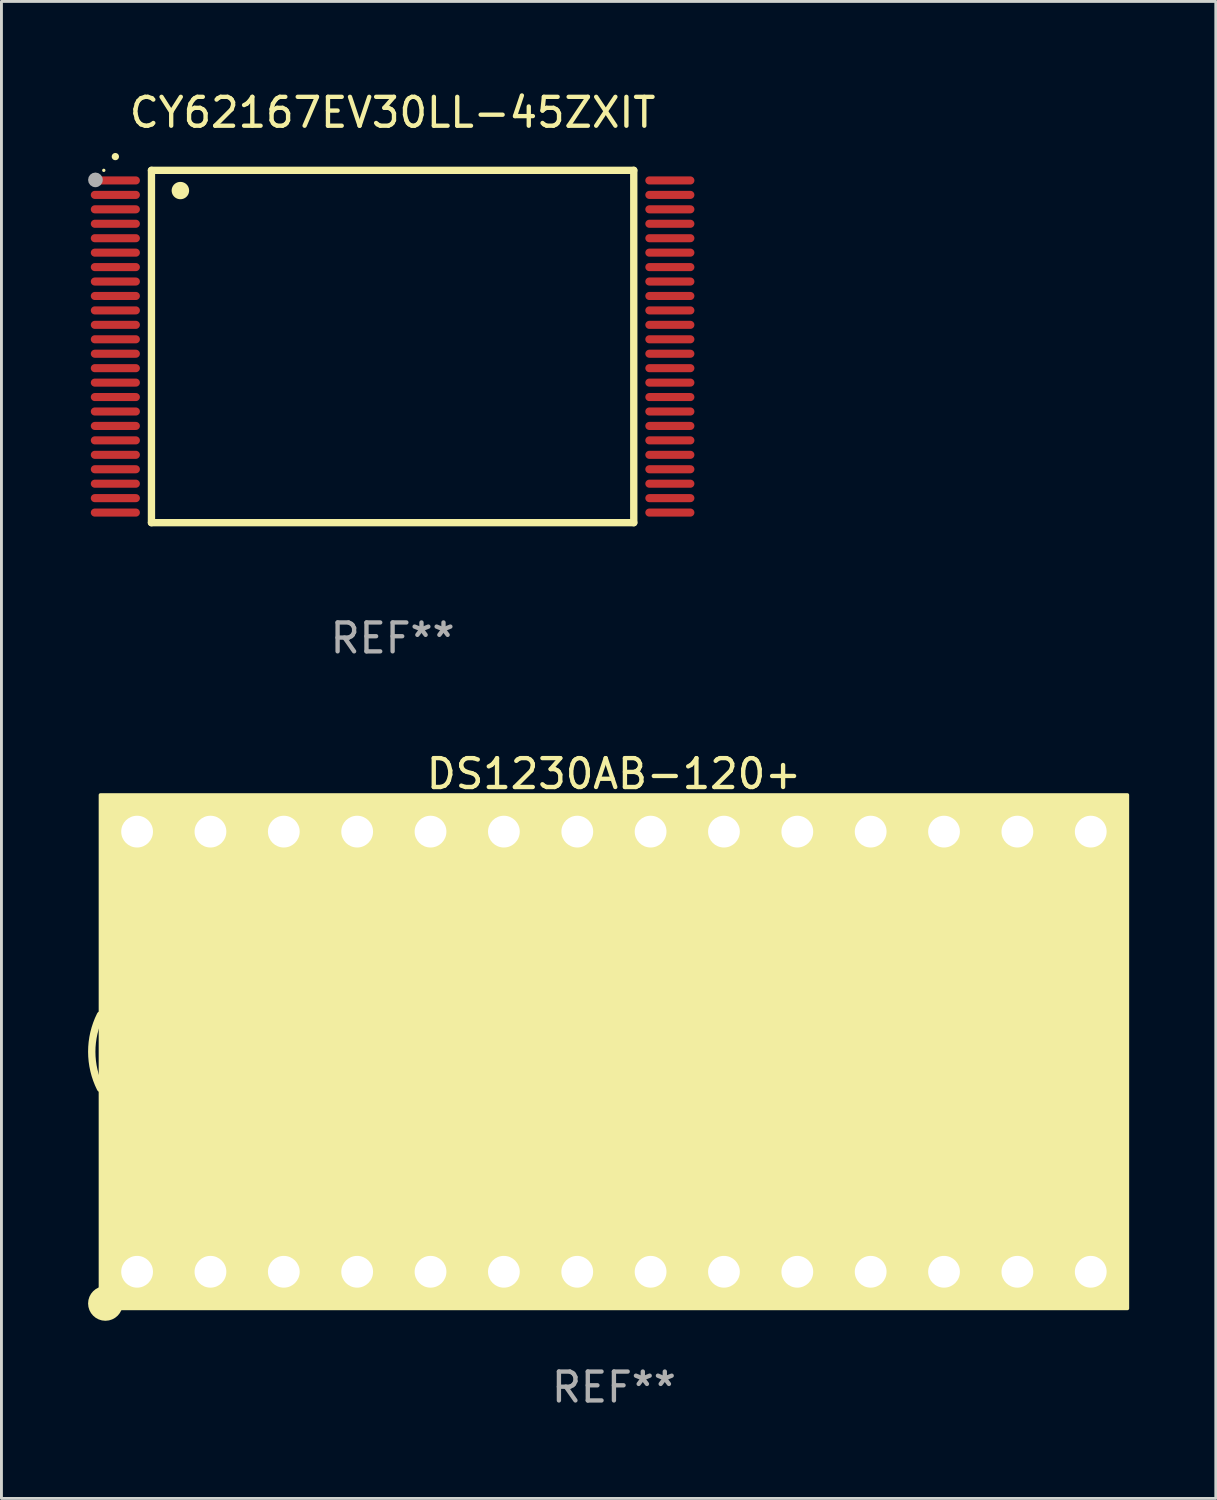
<source format=kicad_pcb>
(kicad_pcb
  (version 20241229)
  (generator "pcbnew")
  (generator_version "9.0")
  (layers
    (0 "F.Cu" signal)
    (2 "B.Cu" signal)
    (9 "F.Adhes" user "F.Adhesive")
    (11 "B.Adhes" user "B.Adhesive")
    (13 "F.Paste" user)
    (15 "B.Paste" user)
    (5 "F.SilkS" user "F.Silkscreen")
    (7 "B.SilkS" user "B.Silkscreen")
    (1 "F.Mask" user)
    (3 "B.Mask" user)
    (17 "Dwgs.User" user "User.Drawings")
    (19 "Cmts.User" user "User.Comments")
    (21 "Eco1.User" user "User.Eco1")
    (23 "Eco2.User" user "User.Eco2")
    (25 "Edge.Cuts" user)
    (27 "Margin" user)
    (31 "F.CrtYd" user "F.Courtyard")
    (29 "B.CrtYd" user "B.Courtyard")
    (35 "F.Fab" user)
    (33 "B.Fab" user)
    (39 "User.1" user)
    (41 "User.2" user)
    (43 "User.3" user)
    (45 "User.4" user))
  (footprint "DS1230AB-120+"
    (layer "F.Cu")
    (at 18.207 33.365)
    (property "Reference" "DS1230AB-120+" (at 0 -9.62 0) (layer "F.SilkS") (effects (font (size 1 1) (thickness 0.15))))
    (attr through_hole)
    (fp_arc (start -17.780061 1.269977) (mid -18.079868 -0.000025) (end -17.780061 -1.270028) (stroke (width 0.254001) (type solid)) (layer "F.SilkS"))
    (fp_circle (center -17.607 8.717) (end -17.307 8.717) (stroke (width 0.6) (type solid)) (fill no) (layer "F.SilkS"))
    (fp_poly (pts (xy -17.78 -8.89) (xy 17.78 -8.89) (xy 17.78 8.89) (xy -17.78 8.89)) (stroke (width 0.12) (type solid)) (fill yes) (layer "F.SilkS"))
    (fp_text user "REF**" (at 0 11.62 0) (layer "F.Fab") (effects (font (size 1 1) (thickness 0.15))))
    (pad "1" thru_hole rect (at -16.51 7.62 90) (size 1.6 1.524) (drill 1.1) (layers "*.Cu" "*.Mask"))
    (pad "2" thru_hole circle (at -13.97 7.62) (size 1.6 1.6) (drill 1.1) (layers "*.Cu" "*.Mask"))
    (pad "3" thru_hole circle (at -11.43 7.62) (size 1.6 1.6) (drill 1.1) (layers "*.Cu" "*.Mask"))
    (pad "4" thru_hole circle (at -8.89 7.62) (size 1.6 1.6) (drill 1.1) (layers "*.Cu" "*.Mask"))
    (pad "5" thru_hole circle (at -6.35 7.62) (size 1.6 1.6) (drill 1.1) (layers "*.Cu" "*.Mask"))
    (pad "6" thru_hole circle (at -3.81 7.62) (size 1.6 1.6) (drill 1.1) (layers "*.Cu" "*.Mask"))
    (pad "7" thru_hole circle (at -1.27 7.62) (size 1.6 1.6) (drill 1.1) (layers "*.Cu" "*.Mask"))
    (pad "8" thru_hole circle (at 1.27 7.62) (size 1.6 1.6) (drill 1.1) (layers "*.Cu" "*.Mask"))
    (pad "9" thru_hole circle (at 3.81 7.62) (size 1.6 1.6) (drill 1.1) (layers "*.Cu" "*.Mask"))
    (pad "10" thru_hole circle (at 6.35 7.62) (size 1.6 1.6) (drill 1.1) (layers "*.Cu" "*.Mask"))
    (pad "11" thru_hole circle (at 8.89 7.62) (size 1.6 1.6) (drill 1.1) (layers "*.Cu" "*.Mask"))
    (pad "12" thru_hole circle (at 11.43 7.62) (size 1.6 1.6) (drill 1.1) (layers "*.Cu" "*.Mask"))
    (pad "13" thru_hole circle (at 13.97 7.62) (size 1.6 1.6) (drill 1.1) (layers "*.Cu" "*.Mask"))
    (pad "14" thru_hole circle (at 16.51 7.62) (size 1.6 1.6) (drill 1.1) (layers "*.Cu" "*.Mask"))
    (pad "15" thru_hole circle (at 16.51 -7.62) (size 1.6 1.6) (drill 1.1) (layers "*.Cu" "*.Mask"))
    (pad "16" thru_hole circle (at 13.97 -7.62) (size 1.6 1.6) (drill 1.1) (layers "*.Cu" "*.Mask"))
    (pad "17" thru_hole circle (at 11.43 -7.62) (size 1.6 1.6) (drill 1.1) (layers "*.Cu" "*.Mask"))
    (pad "18" thru_hole circle (at 8.89 -7.62) (size 1.6 1.6) (drill 1.1) (layers "*.Cu" "*.Mask"))
    (pad "19" thru_hole circle (at 6.35 -7.62) (size 1.6 1.6) (drill 1.1) (layers "*.Cu" "*.Mask"))
    (pad "20" thru_hole circle (at 3.81 -7.62) (size 1.6 1.6) (drill 1.1) (layers "*.Cu" "*.Mask"))
    (pad "21" thru_hole circle (at 1.27 -7.62) (size 1.6 1.6) (drill 1.1) (layers "*.Cu" "*.Mask"))
    (pad "22" thru_hole circle (at -1.268 -7.62) (size 1.6 1.6) (drill 1.1) (layers "*.Cu" "*.Mask"))
    (pad "23" thru_hole circle (at -3.81 -7.62) (size 1.6 1.6) (drill 1.1) (layers "*.Cu" "*.Mask"))
    (pad "24" thru_hole circle (at -6.35 -7.62) (size 1.6 1.6) (drill 1.1) (layers "*.Cu" "*.Mask"))
    (pad "25" thru_hole circle (at -8.89 -7.62) (size 1.6 1.6) (drill 1.1) (layers "*.Cu" "*.Mask"))
    (pad "26" thru_hole circle (at -11.43 -7.62) (size 1.6 1.6) (drill 1.1) (layers "*.Cu" "*.Mask"))
    (pad "27" thru_hole circle (at -13.97 -7.62) (size 1.6 1.6) (drill 1.1) (layers "*.Cu" "*.Mask"))
    (pad "28" thru_hole circle (at -16.51 -7.62) (size 1.6 1.6) (drill 1.1) (layers "*.Cu" "*.Mask")))
  (footprint "CY62167EV30LL-45ZXIT"
    (layer "F.Cu")
    (at 10.544 8.948)
    (property "Reference" "CY62167EV30LL-45ZXIT" (at 0 -8.1 0) (layer "F.SilkS") (effects (font (size 1 1) (thickness 0.15))))
    (attr through_hole)
    (fp_line (start -8.35 -6.1) (end 8.35 -6.1) (stroke (width 0.254) (type solid)) (layer "F.SilkS"))
    (fp_line (start -8.35 6.1) (end -8.35 -6.1) (stroke (width 0.254) (type solid)) (layer "F.SilkS"))
    (fp_line (start 8.35 -6.1) (end 8.35 6.1) (stroke (width 0.254) (type solid)) (layer "F.SilkS"))
    (fp_line (start 8.35 6.1) (end -8.35 6.1) (stroke (width 0.254) (type solid)) (layer "F.SilkS"))
    (fp_arc (start -9.601219 -6.57606) (mid -9.599949 -6.576066) (end -9.598679 -6.57606) (stroke (width 0.25) (type solid)) (layer "F.SilkS"))
    (fp_arc (start -7.350775 -5.400038) (mid -7.348235 -5.400049) (end -7.345695 -5.400038) (stroke (width 0.6) (type solid)) (layer "F.SilkS"))
    (fp_circle (center -10 -6.1) (end -9.97 -6.1) (stroke (width 0.06) (type solid)) (fill no) (layer "F.SilkS"))
    (fp_circle (center -10.29 -5.77) (end -10.163 -5.77) (stroke (width 0.254) (type solid)) (fill no) (layer "F.Fab"))
    (fp_text user "REF**" (at 0 10.1 0) (layer "F.Fab") (effects (font (size 1 1) (thickness 0.15))))
    (pad "1" smd oval (at -9.6 -5.75 90) (size 0.28 1.7) (layers "F.Cu" "F.Mask" "F.Paste"))
    (pad "2" smd oval (at -9.6 -5.25 90) (size 0.28 1.7) (layers "F.Cu" "F.Mask" "F.Paste"))
    (pad "3" smd oval (at -9.6 -4.75 90) (size 0.28 1.7) (layers "F.Cu" "F.Mask" "F.Paste"))
    (pad "4" smd oval (at -9.6 -4.25 90) (size 0.28 1.7) (layers "F.Cu" "F.Mask" "F.Paste"))
    (pad "5" smd oval (at -9.6 -3.75 90) (size 0.28 1.7) (layers "F.Cu" "F.Mask" "F.Paste"))
    (pad "6" smd oval (at -9.6 -3.25 90) (size 0.28 1.7) (layers "F.Cu" "F.Mask" "F.Paste"))
    (pad "7" smd oval (at -9.6 -2.75 90) (size 0.28 1.7) (layers "F.Cu" "F.Mask" "F.Paste"))
    (pad "8" smd oval (at -9.6 -2.25 90) (size 0.28 1.7) (layers "F.Cu" "F.Mask" "F.Paste"))
    (pad "9" smd oval (at -9.6 -1.75 90) (size 0.28 1.7) (layers "F.Cu" "F.Mask" "F.Paste"))
    (pad "10" smd oval (at -9.6 -1.25 90) (size 0.28 1.7) (layers "F.Cu" "F.Mask" "F.Paste"))
    (pad "11" smd oval (at -9.6 -0.75 90) (size 0.28 1.7) (layers "F.Cu" "F.Mask" "F.Paste"))
    (pad "12" smd oval (at -9.6 -0.25 90) (size 0.28 1.7) (layers "F.Cu" "F.Mask" "F.Paste"))
    (pad "13" smd oval (at -9.6 0.25 90) (size 0.28 1.7) (layers "F.Cu" "F.Mask" "F.Paste"))
    (pad "14" smd oval (at -9.6 0.75 90) (size 0.28 1.7) (layers "F.Cu" "F.Mask" "F.Paste"))
    (pad "15" smd oval (at -9.6 1.25 90) (size 0.28 1.7) (layers "F.Cu" "F.Mask" "F.Paste"))
    (pad "16" smd oval (at -9.6 1.75 90) (size 0.28 1.7) (layers "F.Cu" "F.Mask" "F.Paste"))
    (pad "17" smd oval (at -9.6 2.25 90) (size 0.28 1.7) (layers "F.Cu" "F.Mask" "F.Paste"))
    (pad "18" smd oval (at -9.6 2.75 90) (size 0.28 1.7) (layers "F.Cu" "F.Mask" "F.Paste"))
    (pad "19" smd oval (at -9.6 3.25 90) (size 0.28 1.7) (layers "F.Cu" "F.Mask" "F.Paste"))
    (pad "20" smd oval (at -9.6 3.75 90) (size 0.28 1.7) (layers "F.Cu" "F.Mask" "F.Paste"))
    (pad "21" smd oval (at -9.6 4.25 90) (size 0.28 1.7) (layers "F.Cu" "F.Mask" "F.Paste"))
    (pad "22" smd oval (at -9.6 4.75 90) (size 0.28 1.7) (layers "F.Cu" "F.Mask" "F.Paste"))
    (pad "23" smd oval (at -9.6 5.25 90) (size 0.28 1.7) (layers "F.Cu" "F.Mask" "F.Paste"))
    (pad "24" smd oval (at -9.6 5.75 90) (size 0.28 1.7) (layers "F.Cu" "F.Mask" "F.Paste"))
    (pad "25" smd oval (at 9.6 5.75 90) (size 0.28 1.7) (layers "F.Cu" "F.Mask" "F.Paste"))
    (pad "26" smd oval (at 9.6 5.25 90) (size 0.28 1.7) (layers "F.Cu" "F.Mask" "F.Paste"))
    (pad "27" smd oval (at 9.6 4.75 90) (size 0.28 1.7) (layers "F.Cu" "F.Mask" "F.Paste"))
    (pad "28" smd oval (at 9.6 4.25 90) (size 0.28 1.7) (layers "F.Cu" "F.Mask" "F.Paste"))
    (pad "29" smd oval (at 9.6 3.75 90) (size 0.28 1.7) (layers "F.Cu" "F.Mask" "F.Paste"))
    (pad "30" smd oval (at 9.6 3.25 90) (size 0.28 1.7) (layers "F.Cu" "F.Mask" "F.Paste"))
    (pad "31" smd oval (at 9.6 2.75 90) (size 0.28 1.7) (layers "F.Cu" "F.Mask" "F.Paste"))
    (pad "32" smd oval (at 9.6 2.25 90) (size 0.28 1.7) (layers "F.Cu" "F.Mask" "F.Paste"))
    (pad "33" smd oval (at 9.6 1.75 90) (size 0.28 1.7) (layers "F.Cu" "F.Mask" "F.Paste"))
    (pad "34" smd oval (at 9.6 1.25 90) (size 0.28 1.7) (layers "F.Cu" "F.Mask" "F.Paste"))
    (pad "35" smd oval (at 9.6 0.75 90) (size 0.28 1.7) (layers "F.Cu" "F.Mask" "F.Paste"))
    (pad "36" smd oval (at 9.6 0.25 90) (size 0.28 1.7) (layers "F.Cu" "F.Mask" "F.Paste"))
    (pad "37" smd oval (at 9.6 -0.25 90) (size 0.28 1.7) (layers "F.Cu" "F.Mask" "F.Paste"))
    (pad "38" smd oval (at 9.6 -0.75 90) (size 0.28 1.7) (layers "F.Cu" "F.Mask" "F.Paste"))
    (pad "39" smd oval (at 9.6 -1.25 90) (size 0.28 1.7) (layers "F.Cu" "F.Mask" "F.Paste"))
    (pad "40" smd oval (at 9.6 -1.75 90) (size 0.28 1.7) (layers "F.Cu" "F.Mask" "F.Paste"))
    (pad "41" smd oval (at 9.6 -2.25 90) (size 0.28 1.7) (layers "F.Cu" "F.Mask" "F.Paste"))
    (pad "42" smd oval (at 9.6 -2.75 90) (size 0.28 1.7) (layers "F.Cu" "F.Mask" "F.Paste"))
    (pad "43" smd oval (at 9.6 -3.25 90) (size 0.28 1.7) (layers "F.Cu" "F.Mask" "F.Paste"))
    (pad "44" smd oval (at 9.6 -3.75 90) (size 0.28 1.7) (layers "F.Cu" "F.Mask" "F.Paste"))
    (pad "45" smd oval (at 9.6 -4.25 90) (size 0.28 1.7) (layers "F.Cu" "F.Mask" "F.Paste"))
    (pad "46" smd oval (at 9.6 -4.75 90) (size 0.28 1.7) (layers "F.Cu" "F.Mask" "F.Paste"))
    (pad "47" smd oval (at 9.6 -5.25 90) (size 0.28 1.7) (layers "F.Cu" "F.Mask" "F.Paste"))
    (pad "48" smd oval (at 9.6 -5.75 90) (size 0.28 1.7) (layers "F.Cu" "F.Mask" "F.Paste")))
  (gr_rect
    (start -3 -3)
    (end 39.047 48.833)
    (stroke (width 0.1) (type default))
    (fill no)
    (layer "Edge.Cuts")))
</source>
